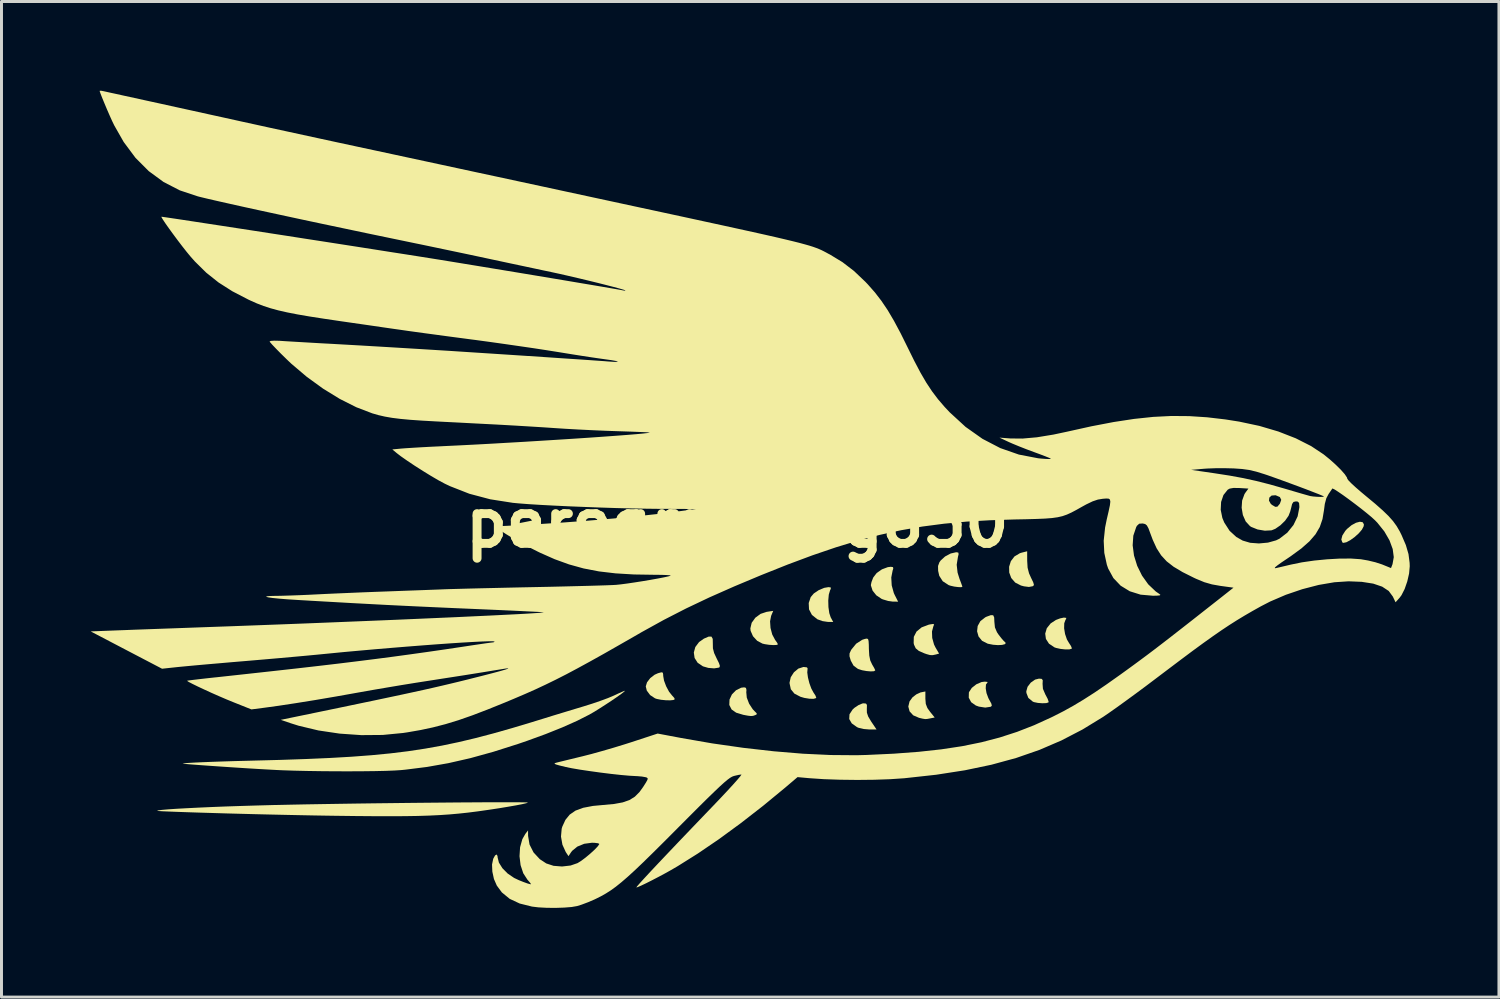
<source format=kicad_pcb>
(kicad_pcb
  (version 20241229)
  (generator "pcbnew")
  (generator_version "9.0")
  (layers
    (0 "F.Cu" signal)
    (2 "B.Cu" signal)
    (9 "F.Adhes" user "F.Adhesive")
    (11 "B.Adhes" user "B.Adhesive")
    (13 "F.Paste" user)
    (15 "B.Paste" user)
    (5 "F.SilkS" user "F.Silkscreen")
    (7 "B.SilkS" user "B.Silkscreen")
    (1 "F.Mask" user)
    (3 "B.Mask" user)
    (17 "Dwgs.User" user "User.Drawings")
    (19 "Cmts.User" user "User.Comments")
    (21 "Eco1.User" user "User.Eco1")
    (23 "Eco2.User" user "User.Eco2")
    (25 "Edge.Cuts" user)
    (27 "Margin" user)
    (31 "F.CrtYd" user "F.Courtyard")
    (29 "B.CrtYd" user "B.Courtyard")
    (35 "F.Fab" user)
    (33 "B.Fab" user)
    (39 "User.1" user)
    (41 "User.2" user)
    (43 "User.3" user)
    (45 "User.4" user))
  (footprint "peregrinelogo50"
    (layer "F.Cu")
    (at 21.744 14.545)
    (property "Reference" "peregrinelogo50" (at 0 0 0) (layer "F.SilkS") (effects (font (size 1.5 1.5) (thickness 0.3))))
    (attr board_only exclude_from_pos_files exclude_from_bom)
    (fp_poly (pts (xy 21.032 -0.033) (xy 21.073 0.037) (xy 21.066 0.102) (xy 21.007 0.216) (xy 20.899 0.342) (xy 20.762 0.465) (xy 20.617 0.57) (xy 20.483 0.641) (xy 20.382 0.662) (xy 20.349 0.647) (xy 20.314 0.549) (xy 20.349 0.413) (xy 20.446 0.26) (xy 20.506 0.193) (xy 20.659 0.066) (xy 20.808 -0.015) (xy 20.938 -0.049)) (stroke (width 0) (type solid)) (fill yes) (layer "F.SilkS"))
    (fp_poly (pts (xy 6.326 5.902) (xy 6.34 6.077) (xy 6.393 6.215) (xy 6.482 6.34) (xy 6.639 6.534) (xy 6.488 6.564) (xy 6.389 6.583) (xy 6.319 6.587) (xy 6.235 6.574) (xy 6.112 6.545) (xy 5.917 6.461) (xy 5.795 6.328) (xy 5.752 6.166) (xy 5.794 5.992) (xy 5.895 5.854) (xy 6.024 5.755) (xy 6.161 5.692) (xy 6.179 5.688) (xy 6.326 5.659)) (stroke (width 0) (type solid)) (fill yes) (layer "F.SilkS"))
    (fp_poly (pts (xy -0.868 3.814) (xy -0.825 3.889) (xy -0.822 4.042) (xy -0.819 4.209) (xy -0.778 4.367) (xy -0.692 4.551) (xy -0.615 4.706) (xy -0.585 4.797) (xy -0.596 4.843) (xy -0.619 4.857) (xy -0.778 4.882) (xy -0.974 4.866) (xy -1.154 4.814) (xy -1.333 4.693) (xy -1.435 4.532) (xy -1.461 4.349) (xy -1.411 4.165) (xy -1.285 3.997) (xy -1.122 3.882) (xy -0.963 3.814)) (stroke (width 0) (type solid)) (fill yes) (layer "F.SilkS"))
    (fp_poly (pts (xy 9.75 1.266) (xy 9.764 1.497) (xy 9.812 1.686) (xy 9.881 1.839) (xy 9.951 1.984) (xy 9.976 2.066) (xy 9.959 2.107) (xy 9.935 2.12) (xy 9.808 2.144) (xy 9.644 2.123) (xy 9.541 2.096) (xy 9.346 1.996) (xy 9.214 1.844) (xy 9.146 1.66) (xy 9.142 1.464) (xy 9.201 1.276) (xy 9.322 1.118) (xy 9.505 1.009) (xy 9.563 0.991) (xy 9.749 0.944)) (stroke (width 0) (type solid)) (fill yes) (layer "F.SilkS"))
    (fp_poly (pts (xy 3.144 2.16) (xy 3.145 2.208) (xy 3.121 2.256) (xy 3.078 2.401) (xy 3.06 2.602) (xy 3.066 2.823) (xy 3.095 3.025) (xy 3.141 3.163) (xy 3.226 3.322) (xy 3.042 3.319) (xy 2.868 3.293) (xy 2.699 3.233) (xy 2.692 3.229) (xy 2.511 3.085) (xy 2.413 2.898) (xy 2.403 2.684) (xy 2.47 2.485) (xy 2.575 2.362) (xy 2.74 2.251) (xy 2.925 2.174) (xy 3.067 2.15)) (stroke (width 0) (type solid)) (fill yes) (layer "F.SilkS"))
    (fp_poly (pts (xy 4.33 6.066) (xy 4.361 6.113) (xy 4.358 6.225) (xy 4.357 6.241) (xy 4.359 6.371) (xy 4.402 6.5) (xy 4.498 6.661) (xy 4.511 6.681) (xy 4.683 6.936) (xy 4.429 6.936) (xy 4.25 6.921) (xy 4.086 6.883) (xy 4.03 6.86) (xy 3.85 6.732) (xy 3.765 6.585) (xy 3.774 6.427) (xy 3.878 6.267) (xy 3.943 6.207) (xy 4.078 6.117) (xy 4.207 6.063) (xy 4.25 6.057)) (stroke (width 0) (type solid)) (fill yes) (layer "F.SilkS"))
    (fp_poly (pts (xy 6.62 3.407) (xy 6.595 3.466) (xy 6.548 3.642) (xy 6.556 3.859) (xy 6.617 4.079) (xy 6.666 4.179) (xy 6.787 4.385) (xy 6.679 4.415) (xy 6.573 4.437) (xy 6.483 4.435) (xy 6.365 4.402) (xy 6.288 4.375) (xy 6.108 4.297) (xy 6.001 4.208) (xy 5.944 4.086) (xy 5.932 4.031) (xy 5.937 3.822) (xy 6.029 3.643) (xy 6.2 3.503) (xy 6.441 3.412) (xy 6.486 3.403) (xy 6.59 3.388)) (stroke (width 0) (type solid)) (fill yes) (layer "F.SilkS"))
    (fp_poly (pts (xy 10.239 5.235) (xy 10.273 5.28) (xy 10.268 5.39) (xy 10.267 5.397) (xy 10.279 5.569) (xy 10.361 5.761) (xy 10.373 5.781) (xy 10.439 5.908) (xy 10.47 6) (xy 10.468 6.026) (xy 10.393 6.05) (xy 10.261 6.055) (xy 10.112 6.044) (xy 9.984 6.018) (xy 9.94 6.001) (xy 9.788 5.875) (xy 9.724 5.709) (xy 9.72 5.653) (xy 9.763 5.501) (xy 9.872 5.36) (xy 10.017 5.259) (xy 10.146 5.227)) (stroke (width 0) (type solid)) (fill yes) (layer "F.SilkS"))
    (fp_poly (pts (xy -2.503 5.027) (xy -2.491 5.098) (xy -2.491 5.134) (xy -2.463 5.294) (xy -2.391 5.486) (xy -2.294 5.667) (xy -2.195 5.791) (xy -2.124 5.87) (xy -2.1 5.918) (xy -2.144 5.945) (xy -2.255 5.957) (xy -2.404 5.954) (xy -2.564 5.938) (xy -2.705 5.91) (xy -2.766 5.889) (xy -2.932 5.779) (xy -3.043 5.629) (xy -3.077 5.488) (xy -3.035 5.351) (xy -2.927 5.21) (xy -2.778 5.095) (xy -2.666 5.045) (xy -2.551 5.014)) (stroke (width 0) (type solid)) (fill yes) (layer "F.SilkS"))
    (fp_poly (pts (xy 0.292 5.538) (xy 0.309 5.609) (xy 0.303 5.684) (xy 0.32 5.866) (xy 0.398 6.069) (xy 0.518 6.254) (xy 0.584 6.324) (xy 0.654 6.394) (xy 0.652 6.43) (xy 0.602 6.455) (xy 0.53 6.479) (xy 0.459 6.485) (xy 0.356 6.473) (xy 0.201 6.444) (xy -0.037 6.372) (xy -0.19 6.265) (xy -0.266 6.117) (xy -0.268 6.111) (xy -0.261 5.931) (xy -0.18 5.758) (xy -0.042 5.618) (xy 0.129 5.533) (xy 0.232 5.52)) (stroke (width 0) (type solid)) (fill yes) (layer "F.SilkS"))
    (fp_poly (pts (xy 1.139 3.115) (xy 1.103 3.3) (xy 1.118 3.523) (xy 1.176 3.744) (xy 1.271 3.922) (xy 1.273 3.925) (xy 1.339 4.017) (xy 1.368 4.074) (xy 1.368 4.074) (xy 1.325 4.094) (xy 1.216 4.099) (xy 1.073 4.09) (xy 0.927 4.068) (xy 0.847 4.049) (xy 0.67 3.955) (xy 0.529 3.802) (xy 0.449 3.621) (xy 0.44 3.537) (xy 0.485 3.349) (xy 0.607 3.179) (xy 0.784 3.049) (xy 0.986 2.982) (xy 1.209 2.948)) (stroke (width 0) (type solid)) (fill yes) (layer "F.SilkS"))
    (fp_poly (pts (xy 5.238 1.477) (xy 5.246 1.529) (xy 5.225 1.591) (xy 5.179 1.825) (xy 5.194 2.092) (xy 5.265 2.349) (xy 5.293 2.41) (xy 5.409 2.638) (xy 5.232 2.637) (xy 5.073 2.615) (xy 4.896 2.562) (xy 4.851 2.543) (xy 4.677 2.426) (xy 4.551 2.268) (xy 4.495 2.097) (xy 4.494 2.074) (xy 4.514 1.978) (xy 4.564 1.847) (xy 4.576 1.821) (xy 4.69 1.674) (xy 4.865 1.552) (xy 5.063 1.478) (xy 5.164 1.466)) (stroke (width 0) (type solid)) (fill yes) (layer "F.SilkS"))
    (fp_poly (pts (xy 8.409 5.337) (xy 8.419 5.354) (xy 8.414 5.357) (xy 8.364 5.424) (xy 8.355 5.553) (xy 8.382 5.714) (xy 8.444 5.881) (xy 8.474 5.938) (xy 8.543 6.064) (xy 8.561 6.133) (xy 8.534 6.167) (xy 8.519 6.174) (xy 8.339 6.201) (xy 8.126 6.168) (xy 8.023 6.131) (xy 7.866 6.02) (xy 7.785 5.868) (xy 7.789 5.697) (xy 7.795 5.678) (xy 7.887 5.538) (xy 8.039 5.418) (xy 8.215 5.342) (xy 8.323 5.328)) (stroke (width 0) (type solid)) (fill yes) (layer "F.SilkS"))
    (fp_poly (pts (xy 7.433 0.988) (xy 7.444 1.041) (xy 7.421 1.135) (xy 7.379 1.397) (xy 7.409 1.663) (xy 7.473 1.868) (xy 7.527 2.01) (xy 7.562 2.108) (xy 7.571 2.137) (xy 7.529 2.152) (xy 7.426 2.148) (xy 7.295 2.131) (xy 7.169 2.102) (xy 7.107 2.081) (xy 6.91 1.952) (xy 6.793 1.77) (xy 6.755 1.602) (xy 6.752 1.439) (xy 6.797 1.315) (xy 6.842 1.252) (xy 6.989 1.119) (xy 7.177 1.019) (xy 7.359 0.977) (xy 7.371 0.977)) (stroke (width 0) (type solid)) (fill yes) (layer "F.SilkS"))
    (fp_poly (pts (xy 8.607 3.096) (xy 8.64 3.171) (xy 8.646 3.314) (xy 8.665 3.505) (xy 8.734 3.667) (xy 8.789 3.749) (xy 8.883 3.87) (xy 8.959 3.957) (xy 8.984 3.979) (xy 9.031 4.03) (xy 8.998 4.069) (xy 8.904 4.093) (xy 8.768 4.1) (xy 8.605 4.088) (xy 8.436 4.055) (xy 8.417 4.049) (xy 8.231 3.954) (xy 8.114 3.809) (xy 8.065 3.636) (xy 8.085 3.457) (xy 8.176 3.293) (xy 8.339 3.166) (xy 8.382 3.145) (xy 8.528 3.092)) (stroke (width 0) (type solid)) (fill yes) (layer "F.SilkS"))
    (fp_poly (pts (xy 2.345 4.849) (xy 2.368 4.893) (xy 2.364 4.904) (xy 2.354 5.019) (xy 2.377 5.189) (xy 2.425 5.38) (xy 2.489 5.557) (xy 2.56 5.689) (xy 2.562 5.692) (xy 2.63 5.797) (xy 2.656 5.869) (xy 2.652 5.88) (xy 2.57 5.906) (xy 2.427 5.903) (xy 2.255 5.875) (xy 2.125 5.837) (xy 1.921 5.731) (xy 1.801 5.584) (xy 1.759 5.385) (xy 1.758 5.363) (xy 1.799 5.179) (xy 1.906 5.013) (xy 2.054 4.89) (xy 2.222 4.836) (xy 2.241 4.836)) (stroke (width 0) (type solid)) (fill yes) (layer "F.SilkS"))
    (fp_poly (pts (xy 11.065 3.185) (xy 11.055 3.228) (xy 11.039 3.248) (xy 10.996 3.365) (xy 10.992 3.535) (xy 11.024 3.728) (xy 11.086 3.909) (xy 11.151 4.02) (xy 11.222 4.129) (xy 11.252 4.204) (xy 11.249 4.219) (xy 11.172 4.243) (xy 11.035 4.245) (xy 10.874 4.228) (xy 10.723 4.195) (xy 10.664 4.174) (xy 10.483 4.052) (xy 10.38 3.892) (xy 10.356 3.714) (xy 10.409 3.533) (xy 10.539 3.37) (xy 10.716 3.254) (xy 10.857 3.201) (xy 10.98 3.175) (xy 10.992 3.175)) (stroke (width 0) (type solid)) (fill yes) (layer "F.SilkS"))
    (fp_poly (pts (xy 4.398 3.898) (xy 4.416 3.961) (xy 4.424 4.09) (xy 4.426 4.224) (xy 4.439 4.451) (xy 4.472 4.615) (xy 4.533 4.746) (xy 4.536 4.752) (xy 4.602 4.865) (xy 4.638 4.941) (xy 4.64 4.951) (xy 4.598 4.978) (xy 4.49 4.984) (xy 4.347 4.972) (xy 4.198 4.945) (xy 4.072 4.905) (xy 4.054 4.897) (xy 3.911 4.791) (xy 3.82 4.628) (xy 3.814 4.61) (xy 3.774 4.475) (xy 3.776 4.379) (xy 3.823 4.275) (xy 3.838 4.249) (xy 3.999 4.052) (xy 4.202 3.921) (xy 4.298 3.89) (xy 4.361 3.88)) (stroke (width 0) (type solid)) (fill yes) (layer "F.SilkS"))
    (fp_poly (pts (xy -7.394 9.385) (xy -7.19 9.387) (xy -7.069 9.391) (xy -7.038 9.396) (xy -7.097 9.417) (xy -7.239 9.45) (xy -7.446 9.49) (xy -7.705 9.535) (xy -7.999 9.584) (xy -8.314 9.632) (xy -8.634 9.678) (xy -8.743 9.693) (xy -9.058 9.733) (xy -9.367 9.766) (xy -9.681 9.794) (xy -10.01 9.816) (xy -10.363 9.833) (xy -10.75 9.845) (xy -11.182 9.852) (xy -11.668 9.854) (xy -12.219 9.853) (xy -12.843 9.848) (xy -13.552 9.839) (xy -13.823 9.835) (xy -14.244 9.828) (xy -14.7 9.819) (xy -15.181 9.809) (xy -15.679 9.798) (xy -16.183 9.786) (xy -16.685 9.773) (xy -17.175 9.76) (xy -17.643 9.746) (xy -18.08 9.733) (xy -18.476 9.72) (xy -18.822 9.708) (xy -19.108 9.697) (xy -19.325 9.688) (xy -19.463 9.679) (xy -19.513 9.673) (xy -19.474 9.658) (xy -19.346 9.641) (xy -19.138 9.623) (xy -18.857 9.604) (xy -18.513 9.585) (xy -18.115 9.565) (xy -17.67 9.545) (xy -17.187 9.526) (xy -16.675 9.509) (xy -16.142 9.493) (xy -15.597 9.478) (xy -15.477 9.476) (xy -15.022 9.466) (xy -14.523 9.456) (xy -13.989 9.447) (xy -13.427 9.438) (xy -12.845 9.429) (xy -12.251 9.421) (xy -11.654 9.414) (xy -11.059 9.407) (xy -10.477 9.401) (xy -9.915 9.396) (xy -9.379 9.391) (xy -8.88 9.388) (xy -8.423 9.385) (xy -8.018 9.384) (xy -7.673 9.384)) (stroke (width 0) (type solid)) (fill yes) (layer "F.SilkS"))
    (fp_poly (pts (xy -3.806 5.668) (xy -3.902 5.742) (xy -4.048 5.846) (xy -4.228 5.969) (xy -4.426 6.099) (xy -4.625 6.227) (xy -4.808 6.341) (xy -4.961 6.429) (xy -4.971 6.435) (xy -5.385 6.645) (xy -5.881 6.866) (xy -6.445 7.092) (xy -7.062 7.317) (xy -7.371 7.423) (xy -8.205 7.688) (xy -8.979 7.902) (xy -9.716 8.07) (xy -10.434 8.197) (xy -11.157 8.288) (xy -11.308 8.303) (xy -11.527 8.317) (xy -11.827 8.329) (xy -12.194 8.337) (xy -12.611 8.342) (xy -13.063 8.344) (xy -13.533 8.343) (xy -14.007 8.339) (xy -14.467 8.332) (xy -14.899 8.322) (xy -15.287 8.309) (xy -15.484 8.3) (xy -15.761 8.285) (xy -16.079 8.267) (xy -16.425 8.246) (xy -16.787 8.223) (xy -17.15 8.199) (xy -17.503 8.175) (xy -17.831 8.152) (xy -18.121 8.131) (xy -18.361 8.113) (xy -18.536 8.098) (xy -18.634 8.087) (xy -18.65 8.084) (xy -18.612 8.075) (xy -18.486 8.064) (xy -18.283 8.052) (xy -18.012 8.039) (xy -17.685 8.026) (xy -17.312 8.013) (xy -16.902 8) (xy -16.465 7.989) (xy -16.315 7.985) (xy -15.359 7.96) (xy -14.489 7.93) (xy -13.696 7.895) (xy -12.968 7.853) (xy -12.295 7.802) (xy -11.666 7.741) (xy -11.07 7.668) (xy -10.495 7.581) (xy -9.933 7.48) (xy -9.371 7.362) (xy -8.799 7.226) (xy -8.206 7.07) (xy -7.581 6.893) (xy -6.914 6.693) (xy -6.521 6.572) (xy -6.196 6.471) (xy -5.827 6.359) (xy -5.461 6.248) (xy -5.162 6.158) (xy -4.882 6.07) (xy -4.601 5.974) (xy -4.349 5.881) (xy -4.157 5.8) (xy -4.137 5.791) (xy -3.972 5.714) (xy -3.846 5.659) (xy -3.781 5.635) (xy -3.776 5.635)) (stroke (width 0) (type solid)) (fill yes) (layer "F.SilkS"))
    (fp_poly (pts (xy -21.334 -14.533) (xy -21.259 -14.517) (xy -21.103 -14.482) (xy -20.876 -14.433) (xy -20.592 -14.37) (xy -20.265 -14.299) (xy -19.906 -14.22) (xy -19.783 -14.193) (xy -19.357 -14.1) (xy -18.863 -13.991) (xy -18.329 -13.874) (xy -17.781 -13.753) (xy -17.247 -13.636) (xy -16.755 -13.527) (xy -16.657 -13.505) (xy -16.23 -13.412) (xy -15.73 -13.302) (xy -15.176 -13.182) (xy -14.592 -13.055) (xy -13.998 -12.926) (xy -13.416 -12.8) (xy -12.866 -12.682) (xy -12.724 -12.651) (xy -12.153 -12.529) (xy -11.599 -12.41) (xy -11.052 -12.292) (xy -10.502 -12.174) (xy -9.94 -12.053) (xy -9.355 -11.927) (xy -8.739 -11.794) (xy -8.08 -11.653) (xy -7.371 -11.5) (xy -6.599 -11.334) (xy -5.757 -11.152) (xy -4.834 -10.953) (xy -4.347 -10.848) (xy -3.406 -10.645) (xy -2.556 -10.462) (xy -1.791 -10.297) (xy -1.106 -10.148) (xy -0.497 -10.016) (xy 0.042 -9.898) (xy 0.515 -9.794) (xy 0.928 -9.702) (xy 1.285 -9.621) (xy 1.592 -9.549) (xy 1.854 -9.486) (xy 2.075 -9.431) (xy 2.26 -9.381) (xy 2.416 -9.337) (xy 2.546 -9.296) (xy 2.655 -9.257) (xy 2.749 -9.22) (xy 2.833 -9.183) (xy 2.911 -9.144) (xy 2.989 -9.103) (xy 3.071 -9.058) (xy 3.118 -9.034) (xy 3.538 -8.779) (xy 3.925 -8.482) (xy 4.307 -8.119) (xy 4.389 -8.033) (xy 4.628 -7.762) (xy 4.847 -7.478) (xy 5.059 -7.164) (xy 5.271 -6.804) (xy 5.496 -6.383) (xy 5.721 -5.928) (xy 5.953 -5.458) (xy 6.161 -5.063) (xy 6.357 -4.727) (xy 6.551 -4.434) (xy 6.753 -4.167) (xy 6.974 -3.91) (xy 7.144 -3.729) (xy 7.679 -3.238) (xy 8.247 -2.837) (xy 8.845 -2.526) (xy 9.47 -2.308) (xy 10.12 -2.183) (xy 10.209 -2.174) (xy 10.379 -2.161) (xy 10.499 -2.158) (xy 10.548 -2.165) (xy 10.547 -2.168) (xy 10.492 -2.196) (xy 10.364 -2.248) (xy 10.183 -2.317) (xy 9.985 -2.39) (xy 9.732 -2.484) (xy 9.475 -2.585) (xy 9.25 -2.678) (xy 9.134 -2.729) (xy 8.817 -2.878) (xy 9.183 -2.85) (xy 9.592 -2.846) (xy 10.077 -2.889) (xy 10.632 -2.98) (xy 11.088 -3.077) (xy 11.909 -3.259) (xy 12.656 -3.402) (xy 13.344 -3.507) (xy 13.987 -3.575) (xy 14.601 -3.606) (xy 15.2 -3.601) (xy 15.799 -3.562) (xy 16.414 -3.49) (xy 16.881 -3.416) (xy 17.559 -3.272) (xy 18.198 -3.083) (xy 18.782 -2.855) (xy 19.299 -2.593) (xy 19.715 -2.317) (xy 19.929 -2.144) (xy 20.128 -1.965) (xy 20.3 -1.795) (xy 20.43 -1.647) (xy 20.504 -1.536) (xy 20.515 -1.495) (xy 20.552 -1.442) (xy 20.652 -1.339) (xy 20.803 -1.2) (xy 20.993 -1.036) (xy 21.138 -0.915) (xy 21.455 -0.652) (xy 21.704 -0.432) (xy 21.899 -0.244) (xy 22.052 -0.072) (xy 22.174 0.096) (xy 22.278 0.274) (xy 22.339 0.397) (xy 22.485 0.737) (xy 22.573 1.038) (xy 22.611 1.334) (xy 22.615 1.448) (xy 22.593 1.692) (xy 22.532 1.958) (xy 22.444 2.212) (xy 22.338 2.421) (xy 22.277 2.504) (xy 22.138 2.659) (xy 22.047 2.468) (xy 21.908 2.279) (xy 21.688 2.134) (xy 21.387 2.032) (xy 21.001 1.972) (xy 20.559 1.954) (xy 20.08 1.986) (xy 19.553 2.076) (xy 19.002 2.219) (xy 18.45 2.407) (xy 17.921 2.634) (xy 17.609 2.795) (xy 17.327 2.953) (xy 17.063 3.106) (xy 16.807 3.261) (xy 16.55 3.424) (xy 16.281 3.603) (xy 15.991 3.804) (xy 15.67 4.033) (xy 15.308 4.298) (xy 14.896 4.606) (xy 14.423 4.963) (xy 14.067 5.232) (xy 13.736 5.482) (xy 13.399 5.732) (xy 13.072 5.971) (xy 12.772 6.188) (xy 12.515 6.369) (xy 12.318 6.504) (xy 12.3 6.516) (xy 11.61 6.938) (xy 10.901 7.306) (xy 10.161 7.624) (xy 9.38 7.895) (xy 8.549 8.122) (xy 7.656 8.309) (xy 6.691 8.459) (xy 5.645 8.574) (xy 5.617 8.577) (xy 5.145 8.609) (xy 4.608 8.628) (xy 4.036 8.634) (xy 3.46 8.627) (xy 2.911 8.608) (xy 2.421 8.575) (xy 2.345 8.568) (xy 2.027 8.539) (xy 1.612 8.892) (xy 0.868 9.505) (xy 0.121 10.086) (xy -0.615 10.625) (xy -1.326 11.109) (xy -1.997 11.53) (xy -2.223 11.662) (xy -2.425 11.775) (xy -2.644 11.892) (xy -2.863 12.006) (xy -3.065 12.108) (xy -3.233 12.188) (xy -3.349 12.238) (xy -3.396 12.251) (xy -3.368 12.211) (xy -3.275 12.104) (xy -3.12 11.934) (xy -2.907 11.704) (xy -2.637 11.417) (xy -2.315 11.077) (xy -1.944 10.687) (xy -1.526 10.25) (xy -1.066 9.77) (xy -0.819 9.513) (xy -0.566 9.248) (xy -0.341 9.008) (xy -0.15 8.8) (xy -0.001 8.633) (xy 0.098 8.516) (xy 0.14 8.456) (xy 0.138 8.451) (xy 0.052 8.463) (xy -0.082 8.493) (xy -0.122 8.504) (xy -0.176 8.525) (xy -0.244 8.565) (xy -0.331 8.629) (xy -0.444 8.724) (xy -0.588 8.855) (xy -0.77 9.028) (xy -0.996 9.247) (xy -1.271 9.519) (xy -1.602 9.85) (xy -1.995 10.244) (xy -2.027 10.277) (xy -2.464 10.715) (xy -2.841 11.089) (xy -3.165 11.406) (xy -3.444 11.672) (xy -3.685 11.892) (xy -3.896 12.074) (xy -4.084 12.225) (xy -4.256 12.349) (xy -4.421 12.454) (xy -4.586 12.547) (xy -4.758 12.633) (xy -4.809 12.657) (xy -5.016 12.746) (xy -5.232 12.827) (xy -5.384 12.875) (xy -5.569 12.907) (xy -5.821 12.927) (xy -6.112 12.937) (xy -6.411 12.934) (xy -6.689 12.919) (xy -6.903 12.893) (xy -7.317 12.79) (xy -7.653 12.633) (xy -7.917 12.416) (xy -8.087 12.186) (xy -8.183 11.966) (xy -8.237 11.717) (xy -8.247 11.478) (xy -8.207 11.285) (xy -8.145 11.173) (xy -8.093 11.141) (xy -8.063 11.192) (xy -8.06 11.237) (xy -8.016 11.414) (xy -7.898 11.603) (xy -7.723 11.78) (xy -7.508 11.927) (xy -7.48 11.941) (xy -7.344 12.005) (xy -7.194 12.065) (xy -7.059 12.114) (xy -6.965 12.14) (xy -6.936 12.139) (xy -6.966 12.093) (xy -7.039 12.008) (xy -7.055 11.991) (xy -7.197 11.772) (xy -7.287 11.499) (xy -7.323 11.198) (xy -7.304 10.898) (xy -7.228 10.626) (xy -7.128 10.45) (xy -7.036 10.331) (xy -7.035 10.516) (xy -6.986 10.806) (xy -6.851 11.072) (xy -6.64 11.299) (xy -6.423 11.442) (xy -6.178 11.522) (xy -5.893 11.545) (xy -5.605 11.512) (xy -5.373 11.432) (xy -5.253 11.358) (xy -5.106 11.248) (xy -4.951 11.119) (xy -4.809 10.99) (xy -4.7 10.877) (xy -4.644 10.799) (xy -4.64 10.784) (xy -4.684 10.763) (xy -4.797 10.749) (xy -4.887 10.746) (xy -5.147 10.781) (xy -5.379 10.876) (xy -5.554 11.019) (xy -5.59 11.067) (xy -5.676 11.197) (xy -5.768 11.058) (xy -5.88 10.812) (xy -5.928 10.538) (xy -5.905 10.275) (xy -5.885 10.207) (xy -5.78 9.978) (xy -5.635 9.8) (xy -5.441 9.666) (xy -5.184 9.571) (xy -4.854 9.508) (xy -4.51 9.476) (xy -4.141 9.442) (xy -3.852 9.389) (xy -3.625 9.31) (xy -3.443 9.196) (xy -3.288 9.04) (xy -3.167 8.872) (xy -3.069 8.718) (xy -3.019 8.626) (xy -3.013 8.578) (xy -3.045 8.553) (xy -3.087 8.541) (xy -3.206 8.52) (xy -3.368 8.506) (xy -3.419 8.504) (xy -3.63 8.492) (xy -3.912 8.467) (xy -4.242 8.431) (xy -4.597 8.387) (xy -4.951 8.338) (xy -5.282 8.289) (xy -5.564 8.241) (xy -5.764 8.2) (xy -5.972 8.149) (xy -6.096 8.114) (xy -6.146 8.089) (xy -6.133 8.069) (xy -6.081 8.053) (xy -5.983 8.028) (xy -5.811 7.986) (xy -5.585 7.931) (xy -5.326 7.868) (xy -5.202 7.838) (xy -4.901 7.761) (xy -4.541 7.661) (xy -4.159 7.55) (xy -3.787 7.436) (xy -3.573 7.368) (xy -2.677 7.074) (xy -1.888 7.223) (xy -0.84 7.405) (xy 0.202 7.554) (xy 1.224 7.67) (xy 2.208 7.752) (xy 3.141 7.796) (xy 4.007 7.803) (xy 4.347 7.794) (xy 5.266 7.751) (xy 6.101 7.688) (xy 6.862 7.605) (xy 7.562 7.499) (xy 8.212 7.367) (xy 8.824 7.207) (xy 9.41 7.017) (xy 9.982 6.794) (xy 10.55 6.535) (xy 10.624 6.499) (xy 10.968 6.324) (xy 11.303 6.138) (xy 11.645 5.933) (xy 12.01 5.699) (xy 12.413 5.425) (xy 12.868 5.103) (xy 13.091 4.942) (xy 13.33 4.768) (xy 13.562 4.597) (xy 13.796 4.423) (xy 14.041 4.238) (xy 14.307 4.034) (xy 14.603 3.805) (xy 14.939 3.543) (xy 15.325 3.241) (xy 15.77 2.891) (xy 16.189 2.562) (xy 16.688 2.168) (xy 16.247 2.108) (xy 15.964 2.058) (xy 15.707 1.984) (xy 15.431 1.87) (xy 15.356 1.835) (xy 14.976 1.645) (xy 14.748 1.508) (xy 18.075 1.508) (xy 18.093 1.514) (xy 18.146 1.503) (xy 18.273 1.474) (xy 18.454 1.431) (xy 18.618 1.392) (xy 18.989 1.316) (xy 19.405 1.256) (xy 19.838 1.214) (xy 20.261 1.19) (xy 20.645 1.189) (xy 20.964 1.211) (xy 20.971 1.212) (xy 21.212 1.254) (xy 21.461 1.314) (xy 21.668 1.381) (xy 21.685 1.387) (xy 21.985 1.509) (xy 22.036 1.377) (xy 22.078 1.141) (xy 22.042 0.869) (xy 21.934 0.576) (xy 21.761 0.277) (xy 21.528 -0.014) (xy 21.447 -0.098) (xy 21.331 -0.204) (xy 21.17 -0.338) (xy 20.98 -0.49) (xy 20.774 -0.648) (xy 20.567 -0.803) (xy 20.374 -0.943) (xy 20.208 -1.057) (xy 20.085 -1.136) (xy 20.019 -1.167) (xy 20.011 -1.165) (xy 19.98 -1.118) (xy 19.913 -1.021) (xy 19.886 -0.982) (xy 19.81 -0.839) (xy 19.759 -0.649) (xy 19.731 -0.438) (xy 19.681 -0.139) (xy 19.59 0.127) (xy 19.447 0.372) (xy 19.244 0.608) (xy 18.971 0.849) (xy 18.618 1.107) (xy 18.525 1.17) (xy 18.309 1.315) (xy 18.168 1.416) (xy 18.092 1.478) (xy 18.075 1.508) (xy 14.748 1.508) (xy 14.676 1.466) (xy 14.441 1.283) (xy 14.255 1.081) (xy 14.103 0.844) (xy 13.972 0.558) (xy 13.891 0.342) (xy 13.828 0.172) (xy 13.775 0.075) (xy 13.717 0.028) (xy 13.638 0.01) (xy 13.633 0.009) (xy 13.517 0.017) (xy 13.441 0.087) (xy 13.416 0.132) (xy 13.319 0.419) (xy 13.297 0.743) (xy 13.342 1.087) (xy 13.449 1.433) (xy 13.611 1.762) (xy 13.821 2.056) (xy 14.075 2.297) (xy 14.193 2.378) (xy 14.23 2.41) (xy 14.206 2.428) (xy 14.106 2.437) (xy 13.978 2.439) (xy 13.564 2.403) (xy 13.2 2.289) (xy 12.893 2.101) (xy 12.648 1.844) (xy 12.473 1.523) (xy 12.429 1.396) (xy 12.343 0.999) (xy 12.323 0.59) (xy 12.37 0.145) (xy 12.426 -0.131) (xy 12.49 -0.406) (xy 12.499 -0.45) (xy 16.258 -0.45) (xy 16.313 -0.177) (xy 16.377 -0.023) (xy 16.557 0.256) (xy 16.784 0.464) (xy 16.998 0.585) (xy 17.249 0.659) (xy 17.544 0.681) (xy 17.847 0.653) (xy 18.12 0.577) (xy 18.233 0.522) (xy 18.497 0.319) (xy 18.705 0.061) (xy 18.845 -0.23) (xy 18.903 -0.532) (xy 18.903 -0.57) (xy 18.893 -0.683) (xy 18.847 -0.727) (xy 18.787 -0.733) (xy 18.705 -0.715) (xy 18.658 -0.644) (xy 18.636 -0.551) (xy 18.595 -0.392) (xy 18.541 -0.253) (xy 18.537 -0.246) (xy 18.422 -0.082) (xy 18.263 0.072) (xy 18.094 0.189) (xy 17.968 0.24) (xy 17.742 0.252) (xy 17.499 0.211) (xy 17.287 0.126) (xy 17.243 0.098) (xy 17.098 -0.06) (xy 17.003 -0.276) (xy 16.962 -0.52) (xy 16.978 -0.759) (xy 17.881 -0.759) (xy 17.942 -0.65) (xy 17.986 -0.613) (xy 18.094 -0.55) (xy 18.165 -0.557) (xy 18.237 -0.642) (xy 18.249 -0.66) (xy 18.294 -0.785) (xy 18.248 -0.879) (xy 18.112 -0.937) (xy 18.099 -0.94) (xy 17.969 -0.93) (xy 17.893 -0.861) (xy 17.881 -0.759) (xy 16.978 -0.759) (xy 16.979 -0.763) (xy 17.057 -0.978) (xy 17.089 -1.027) (xy 17.19 -1.164) (xy 16.887 -1.183) (xy 16.687 -1.186) (xy 16.558 -1.163) (xy 16.493 -1.126) (xy 16.35 -0.947) (xy 16.271 -0.714) (xy 16.258 -0.45) (xy 12.499 -0.45) (xy 12.531 -0.599) (xy 12.546 -0.725) (xy 12.532 -0.796) (xy 12.487 -0.826) (xy 12.407 -0.83) (xy 12.291 -0.821) (xy 12.29 -0.821) (xy 12.126 -0.794) (xy 11.951 -0.735) (xy 11.74 -0.634) (xy 11.594 -0.554) (xy 11.399 -0.444) (xy 11.234 -0.357) (xy 11.084 -0.289) (xy 10.935 -0.237) (xy 10.773 -0.2) (xy 10.582 -0.173) (xy 10.35 -0.155) (xy 10.06 -0.143) (xy 9.699 -0.133) (xy 9.33 -0.126) (xy 8.493 -0.099) (xy 7.705 -0.053) (xy 6.954 0.017) (xy 6.226 0.112) (xy 5.511 0.236) (xy 4.795 0.392) (xy 4.068 0.583) (xy 3.318 0.811) (xy 2.531 1.079) (xy 1.697 1.39) (xy 0.802 1.747) (xy -0.098 2.124) (xy -0.939 2.496) (xy -1.718 2.866) (xy -2.467 3.25) (xy -3.22 3.666) (xy -3.354 3.744) (xy -3.954 4.088) (xy -4.482 4.389) (xy -4.95 4.65) (xy -5.369 4.879) (xy -5.75 5.082) (xy -6.106 5.263) (xy -6.448 5.43) (xy -6.788 5.589) (xy -7.137 5.744) (xy -7.507 5.902) (xy -7.815 6.031) (xy -8.4 6.267) (xy -8.915 6.464) (xy -9.38 6.626) (xy -9.813 6.758) (xy -10.231 6.866) (xy -10.652 6.956) (xy -11.094 7.033) (xy -11.241 7.055) (xy -11.923 7.121) (xy -12.643 7.127) (xy -13.373 7.076) (xy -14.085 6.97) (xy -14.751 6.811) (xy -15.015 6.728) (xy -15.352 6.613) (xy -14.136 6.362) (xy -13.406 6.211) (xy -12.764 6.077) (xy -12.198 5.959) (xy -11.701 5.854) (xy -11.263 5.761) (xy -10.875 5.677) (xy -10.528 5.601) (xy -10.213 5.53) (xy -9.92 5.462) (xy -9.641 5.396) (xy -9.367 5.33) (xy -9.087 5.261) (xy -9.012 5.242) (xy -8.572 5.131) (xy -8.22 5.04) (xy -7.957 4.969) (xy -7.783 4.918) (xy -7.701 4.888) (xy -7.712 4.879) (xy -7.816 4.892) (xy -7.84 4.896) (xy -7.943 4.913) (xy -8.119 4.941) (xy -8.344 4.978) (xy -8.594 5.019) (xy -8.621 5.023) (xy -8.863 5.062) (xy -9.176 5.112) (xy -9.536 5.168) (xy -9.917 5.227) (xy -10.294 5.286) (xy -10.404 5.303) (xy -10.814 5.367) (xy -11.284 5.443) (xy -11.778 5.526) (xy -12.259 5.608) (xy -12.692 5.685) (xy -12.749 5.695) (xy -13.49 5.827) (xy -14.194 5.947) (xy -14.847 6.052) (xy -15.434 6.141) (xy -15.899 6.205) (xy -16.339 6.262) (xy -16.95 6.018) (xy -17.177 5.925) (xy -17.426 5.818) (xy -17.68 5.706) (xy -17.924 5.594) (xy -18.144 5.491) (xy -18.323 5.403) (xy -18.448 5.338) (xy -18.501 5.302) (xy -18.501 5.298) (xy -18.451 5.289) (xy -18.318 5.272) (xy -18.118 5.248) (xy -17.865 5.219) (xy -17.574 5.187) (xy -17.511 5.181) (xy -16.541 5.075) (xy -15.658 4.978) (xy -14.85 4.888) (xy -14.107 4.803) (xy -13.419 4.722) (xy -12.774 4.643) (xy -12.162 4.566) (xy -11.572 4.489) (xy -10.994 4.41) (xy -10.416 4.329) (xy -9.829 4.244) (xy -9.22 4.153) (xy -8.898 4.104) (xy -8.654 4.068) (xy -8.443 4.037) (xy -8.286 4.016) (xy -8.201 4.006) (xy -8.194 4.005) (xy -8.162 3.987) (xy -8.168 3.978) (xy -8.228 3.97) (xy -8.375 3.971) (xy -8.602 3.979) (xy -8.898 3.994) (xy -9.256 4.015) (xy -9.666 4.042) (xy -10.119 4.074) (xy -10.605 4.111) (xy -11.116 4.151) (xy -11.643 4.194) (xy -12.177 4.239) (xy -12.708 4.286) (xy -13.228 4.333) (xy -13.728 4.382) (xy -13.872 4.396) (xy -14.158 4.424) (xy -14.52 4.458) (xy -14.939 4.496) (xy -15.395 4.537) (xy -15.867 4.578) (xy -16.335 4.618) (xy -16.583 4.639) (xy -17.013 4.675) (xy -17.434 4.712) (xy -17.831 4.746) (xy -18.189 4.778) (xy -18.491 4.806) (xy -18.723 4.828) (xy -18.843 4.84) (xy -19.344 4.894) (xy -20.544 4.267) (xy -21.744 3.639) (xy -20.849 3.604) (xy -20.602 3.595) (xy -20.273 3.582) (xy -19.879 3.568) (xy -19.435 3.552) (xy -18.959 3.535) (xy -18.466 3.517) (xy -17.972 3.499) (xy -17.804 3.493) (xy -17.012 3.465) (xy -16.209 3.435) (xy -15.401 3.405) (xy -14.593 3.374) (xy -13.792 3.342) (xy -13.003 3.31) (xy -12.232 3.279) (xy -11.485 3.248) (xy -10.768 3.217) (xy -10.087 3.187) (xy -9.447 3.159) (xy -8.855 3.131) (xy -8.316 3.106) (xy -7.836 3.082) (xy -7.42 3.061) (xy -7.076 3.042) (xy -6.808 3.025) (xy -6.623 3.012) (xy -6.525 3.001) (xy -6.512 2.997) (xy -6.562 2.992) (xy -6.7 2.983) (xy -6.917 2.972) (xy -7.204 2.958) (xy -7.55 2.941) (xy -7.946 2.923) (xy -8.383 2.904) (xy -8.852 2.884) (xy -8.893 2.882) (xy -9.546 2.854) (xy -10.146 2.827) (xy -10.711 2.801) (xy -11.257 2.775) (xy -11.803 2.748) (xy -12.366 2.718) (xy -12.964 2.686) (xy -13.614 2.649) (xy -14.335 2.608) (xy -14.776 2.582) (xy -15.123 2.56) (xy -15.408 2.537) (xy -15.626 2.515) (xy -15.772 2.494) (xy -15.841 2.475) (xy -15.829 2.46) (xy -15.729 2.449) (xy -15.538 2.444) (xy -15.484 2.444) (xy -15.295 2.44) (xy -15.035 2.432) (xy -14.729 2.421) (xy -14.403 2.407) (xy -14.165 2.395) (xy -13.861 2.38) (xy -13.485 2.363) (xy -13.061 2.345) (xy -12.617 2.326) (xy -12.177 2.309) (xy -11.87 2.298) (xy -11.47 2.283) (xy -11.066 2.268) (xy -10.678 2.254) (xy -10.327 2.241) (xy -10.035 2.23) (xy -9.842 2.222) (xy -9.663 2.216) (xy -9.399 2.209) (xy -9.063 2.2) (xy -8.668 2.19) (xy -8.227 2.18) (xy -7.754 2.169) (xy -7.26 2.158) (xy -6.814 2.149) (xy -6.326 2.139) (xy -5.858 2.128) (xy -5.42 2.117) (xy -5.024 2.107) (xy -4.68 2.097) (xy -4.401 2.088) (xy -4.197 2.08) (xy -4.079 2.074) (xy -4.079 2.074) (xy -3.918 2.057) (xy -3.703 2.029) (xy -3.453 1.992) (xy -3.185 1.95) (xy -2.919 1.905) (xy -2.673 1.861) (xy -2.466 1.821) (xy -2.316 1.788) (xy -2.241 1.766) (xy -2.237 1.763) (xy -2.269 1.752) (xy -2.381 1.743) (xy -2.556 1.737) (xy -2.775 1.735) (xy -2.781 1.735) (xy -3.476 1.724) (xy -4.093 1.687) (xy -4.651 1.621) (xy -5.166 1.522) (xy -5.657 1.386) (xy -6.14 1.211) (xy -6.634 0.992) (xy -6.716 0.952) (xy -6.99 0.813) (xy -7.276 0.66) (xy -7.541 0.51) (xy -7.751 0.382) (xy -7.763 0.375) (xy -8.174 0.109) (xy -7.543 0.078) (xy -6.708 0.033) (xy -5.857 -0.023) (xy -5.011 -0.086) (xy -4.188 -0.156) (xy -3.406 -0.231) (xy -2.686 -0.309) (xy -2.076 -0.385) (xy -1.392 -0.477) (xy -2.687 -0.483) (xy -3.11 -0.488) (xy -3.582 -0.497) (xy -4.09 -0.51) (xy -4.616 -0.527) (xy -5.148 -0.547) (xy -5.669 -0.568) (xy -6.164 -0.592) (xy -6.619 -0.616) (xy -7.018 -0.641) (xy -7.346 -0.666) (xy -7.547 -0.685) (xy -8.307 -0.804) (xy -9.009 -0.99) (xy -9.667 -1.248) (xy -9.842 -1.332) (xy -10.045 -1.441) (xy -10.295 -1.587) (xy -10.57 -1.756) (xy -10.629 -1.794) (xy 15.264 -1.794) (xy 16.046 -1.68) (xy 16.561 -1.6) (xy 17.019 -1.516) (xy 17.456 -1.42) (xy 17.908 -1.305) (xy 18.41 -1.162) (xy 18.464 -1.146) (xy 18.719 -1.071) (xy 18.947 -1.004) (xy 19.129 -0.952) (xy 19.244 -0.92) (xy 19.27 -0.913) (xy 19.371 -0.898) (xy 19.499 -0.888) (xy 19.623 -0.884) (xy 19.709 -0.888) (xy 19.73 -0.899) (xy 19.675 -0.926) (xy 19.544 -0.98) (xy 19.353 -1.054) (xy 19.118 -1.145) (xy 18.854 -1.244) (xy 18.577 -1.346) (xy 18.305 -1.446) (xy 18.051 -1.537) (xy 17.833 -1.614) (xy 17.731 -1.648) (xy 17.453 -1.734) (xy 17.217 -1.79) (xy 16.977 -1.823) (xy 16.688 -1.843) (xy 16.672 -1.843) (xy 16.391 -1.85) (xy 16.09 -1.849) (xy 15.815 -1.839) (xy 15.695 -1.831) (xy 15.264 -1.794) (xy -10.629 -1.794) (xy -10.848 -1.933) (xy -11.105 -2.105) (xy -11.319 -2.255) (xy -11.454 -2.359) (xy -11.6 -2.481) (xy -11.283 -2.511) (xy -11.138 -2.522) (xy -10.916 -2.536) (xy -10.636 -2.553) (xy -10.318 -2.57) (xy -9.983 -2.586) (xy -9.891 -2.591) (xy -9.388 -2.615) (xy -8.854 -2.642) (xy -8.298 -2.672) (xy -7.729 -2.705) (xy -7.156 -2.738) (xy -6.586 -2.773) (xy -6.028 -2.808) (xy -5.491 -2.842) (xy -4.983 -2.876) (xy -4.512 -2.909) (xy -4.087 -2.94) (xy -3.717 -2.968) (xy -3.409 -2.993) (xy -3.172 -3.015) (xy -3.015 -3.033) (xy -2.946 -3.046) (xy -2.944 -3.048) (xy -2.987 -3.053) (xy -3.113 -3.061) (xy -3.31 -3.069) (xy -3.563 -3.079) (xy -3.86 -3.089) (xy -4.017 -3.094) (xy -4.424 -3.108) (xy -4.881 -3.128) (xy -5.35 -3.151) (xy -5.794 -3.176) (xy -6.13 -3.198) (xy -6.529 -3.225) (xy -6.981 -3.253) (xy -7.446 -3.281) (xy -7.883 -3.306) (xy -8.157 -3.321) (xy -8.549 -3.341) (xy -8.991 -3.364) (xy -9.443 -3.388) (xy -9.864 -3.409) (xy -10.111 -3.422) (xy -10.595 -3.449) (xy -10.996 -3.477) (xy -11.329 -3.508) (xy -11.609 -3.543) (xy -11.851 -3.585) (xy -12.069 -3.635) (xy -12.276 -3.695) (xy -12.809 -3.899) (xy -13.366 -4.179) (xy -13.929 -4.525) (xy -14.479 -4.924) (xy -14.999 -5.365) (xy -15.15 -5.509) (xy -15.344 -5.699) (xy -15.509 -5.867) (xy -15.636 -6) (xy -15.712 -6.087) (xy -15.728 -6.114) (xy -15.684 -6.131) (xy -15.565 -6.138) (xy -15.396 -6.134) (xy -15.35 -6.131) (xy -15.198 -6.121) (xy -14.967 -6.107) (xy -14.673 -6.09) (xy -14.334 -6.07) (xy -13.968 -6.049) (xy -13.628 -6.031) (xy -12.692 -5.978) (xy -11.694 -5.919) (xy -10.671 -5.857) (xy -9.656 -5.794) (xy -9.183 -5.763) (xy -8.412 -5.713) (xy -7.69 -5.666) (xy -7.022 -5.622) (xy -6.415 -5.582) (xy -5.873 -5.545) (xy -5.402 -5.514) (xy -5.008 -5.487) (xy -4.695 -5.465) (xy -4.469 -5.449) (xy -4.347 -5.439) (xy -4.146 -5.426) (xy -4.037 -5.425) (xy -4.019 -5.436) (xy -4.088 -5.457) (xy -4.241 -5.484) (xy -4.469 -5.516) (xy -4.646 -5.541) (xy -4.899 -5.578) (xy -5.207 -5.625) (xy -5.55 -5.679) (xy -5.908 -5.737) (xy -6.081 -5.765) (xy -6.433 -5.821) (xy -6.857 -5.886) (xy -7.331 -5.955) (xy -7.829 -6.027) (xy -8.328 -6.097) (xy -8.804 -6.162) (xy -8.939 -6.179) (xy -9.361 -6.235) (xy -9.775 -6.29) (xy -10.166 -6.343) (xy -10.518 -6.39) (xy -10.815 -6.431) (xy -11.04 -6.462) (xy -11.137 -6.476) (xy -11.31 -6.501) (xy -11.565 -6.537) (xy -11.884 -6.583) (xy -12.252 -6.637) (xy -12.653 -6.695) (xy -13.072 -6.755) (xy -13.335 -6.793) (xy -13.902 -6.877) (xy -14.384 -6.952) (xy -14.792 -7.022) (xy -15.139 -7.09) (xy -15.437 -7.158) (xy -15.697 -7.229) (xy -15.931 -7.305) (xy -16.152 -7.39) (xy -16.37 -7.487) (xy -16.437 -7.518) (xy -16.979 -7.799) (xy -17.445 -8.096) (xy -17.858 -8.425) (xy -18.24 -8.802) (xy -18.395 -8.977) (xy -18.52 -9.129) (xy -18.665 -9.313) (xy -18.819 -9.515) (xy -18.972 -9.721) (xy -19.114 -9.916) (xy -19.233 -10.085) (xy -19.32 -10.216) (xy -19.364 -10.292) (xy -19.365 -10.307) (xy -19.306 -10.299) (xy -19.159 -10.278) (xy -18.93 -10.244) (xy -18.629 -10.199) (xy -18.263 -10.143) (xy -17.839 -10.078) (xy -17.367 -10.006) (xy -16.853 -9.927) (xy -16.305 -9.843) (xy -15.732 -9.754) (xy -15.14 -9.663) (xy -14.539 -9.569) (xy -13.936 -9.476) (xy -13.338 -9.383) (xy -12.754 -9.292) (xy -12.192 -9.204) (xy -11.659 -9.12) (xy -11.163 -9.043) (xy -10.713 -8.972) (xy -10.315 -8.909) (xy -9.978 -8.855) (xy -9.72 -8.813) (xy -9.262 -8.738) (xy -8.774 -8.658) (xy -8.264 -8.574) (xy -7.742 -8.488) (xy -7.217 -8.401) (xy -6.699 -8.315) (xy -6.196 -8.231) (xy -5.719 -8.151) (xy -5.276 -8.076) (xy -4.876 -8.009) (xy -4.529 -7.95) (xy -4.245 -7.901) (xy -4.031 -7.864) (xy -3.899 -7.84) (xy -3.859 -7.832) (xy -3.777 -7.818) (xy -3.761 -7.828) (xy -3.817 -7.85) (xy -3.954 -7.89) (xy -4.157 -7.945) (xy -4.413 -8.011) (xy -4.706 -8.085) (xy -5.024 -8.163) (xy -5.35 -8.241) (xy -5.672 -8.316) (xy -5.974 -8.385) (xy -6.243 -8.443) (xy -6.259 -8.447) (xy -6.509 -8.499) (xy -6.831 -8.568) (xy -7.202 -8.647) (xy -7.598 -8.731) (xy -7.996 -8.816) (xy -8.231 -8.866) (xy -8.665 -8.959) (xy -9.159 -9.064) (xy -9.679 -9.173) (xy -10.188 -9.28) (xy -10.652 -9.377) (xy -10.795 -9.406) (xy -11.614 -9.576) (xy -12.418 -9.743) (xy -13.201 -9.908) (xy -13.956 -10.067) (xy -14.675 -10.22) (xy -15.351 -10.366) (xy -15.976 -10.501) (xy -16.544 -10.625) (xy -17.047 -10.737) (xy -17.478 -10.834) (xy -17.829 -10.915) (xy -18.094 -10.979) (xy -18.146 -10.993) (xy -18.747 -11.193) (xy -19.295 -11.476) (xy -19.793 -11.841) (xy -20.239 -12.289) (xy -20.635 -12.821) (xy -20.951 -13.376) (xy -21.019 -13.516) (xy -21.102 -13.7) (xy -21.192 -13.906) (xy -21.279 -14.113) (xy -21.356 -14.3) (xy -21.413 -14.445) (xy -21.442 -14.529) (xy -21.443 -14.539) (xy -21.403 -14.545)) (stroke (width 0) (type solid)) (fill yes) (layer "F.SilkS")))
  (gr_rect
    (start -3 -3)
    (end 47.359 30.481)
    (stroke (width 0.1) (type default))
    (fill no)
    (layer "Edge.Cuts")))
</source>
